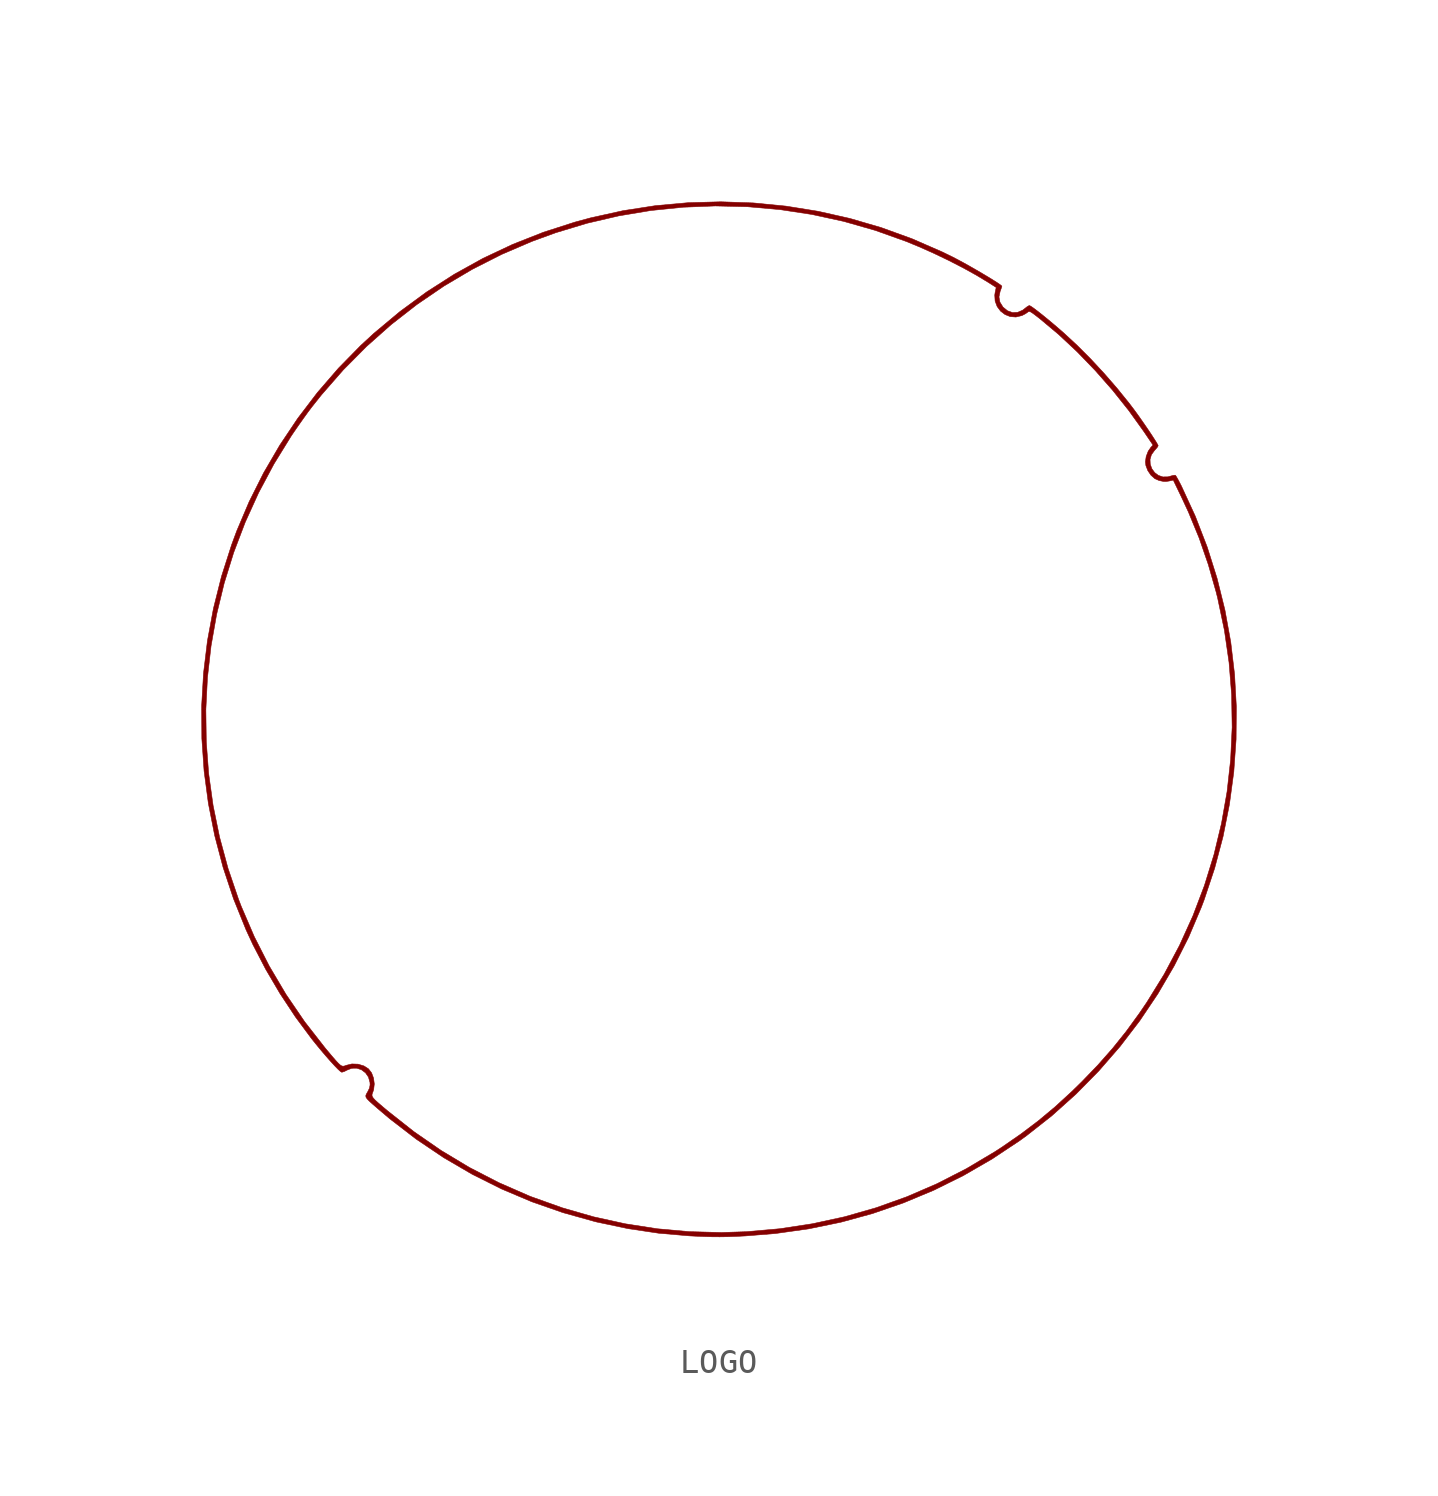
<source format=kicad_sym>
(kicad_symbol_lib
  (version 20220914)
  (generator "bitmap2component")
  (generator_version "8.0")
  (symbol "LOGO"
    (pin_names
      (offset 1.016))
    (property "Reference" "#G"
      (at 0 20.366 0)
      (effects (font (size 1.27 1.27)) hide))
    (symbol "LOGO_0_0"
      (polyline (pts (xy 0.343 -20.988) (xy 0.684 -20.976) (xy 1.078 -20.956) (xy 2.293 -20.858) (xy 3.63 -20.67) (xy 4.942 -20.4) (xy 6.228 -20.048) (xy 7.487 -19.614) (xy 8.715 -19.101) (xy 9.912 -18.508) (xy 11.076 -17.835) (xy 12.204 -17.085) (xy 12.465 -16.896) (xy 13.496 -16.084) (xy 14.476 -15.206) (xy 15.4 -14.268) (xy 16.264 -13.274) (xy 17.064 -12.229) (xy 17.798 -11.137) (xy 18.46 -10.004) (xy 19.049 -8.834) (xy 19.559 -7.631) (xy 19.675 -7.325) (xy 20.1 -6.049) (xy 20.442 -4.757) (xy 20.701 -3.452) (xy 20.877 -2.139) (xy 20.97 -0.821) (xy 20.981 0.499) (xy 20.909 1.816) (xy 20.754 3.126) (xy 20.518 4.427) (xy 20.199 5.713) (xy 19.799 6.982) (xy 19.317 8.229) (xy 18.754 9.452) (xy 18.684 9.589) (xy 18.604 9.739) (xy 18.543 9.845) (xy 18.509 9.891) (xy 18.495 9.895) (xy 18.413 9.886) (xy 18.298 9.854) (xy 18.208 9.829) (xy 18.001 9.825) (xy 17.818 9.887) (xy 17.666 10.002) (xy 17.554 10.157) (xy 17.489 10.338) (xy 17.48 10.531) (xy 17.535 10.723) (xy 17.663 10.901) (xy 17.71 10.951) (xy 17.782 11.037) (xy 17.81 11.091) (xy 17.798 11.121) (xy 17.744 11.217) (xy 17.653 11.361) (xy 17.535 11.544) (xy 17.396 11.751) (xy 17.245 11.972) (xy 17.09 12.194) (xy 16.94 12.405) (xy 16.802 12.592) (xy 16.627 12.822) (xy 16.143 13.42) (xy 15.619 14.023) (xy 15.074 14.61) (xy 14.526 15.159) (xy 13.995 15.651) (xy 13.796 15.825) (xy 13.556 16.03) (xy 13.321 16.226) (xy 13.104 16.403) (xy 12.912 16.554) (xy 12.756 16.672) (xy 12.645 16.748) (xy 12.589 16.775) (xy 12.571 16.771) (xy 12.493 16.726) (xy 12.394 16.648) (xy 12.316 16.588) (xy 12.112 16.5) (xy 11.902 16.491) (xy 11.699 16.563) (xy 11.518 16.712) (xy 11.514 16.717) (xy 11.392 16.914) (xy 11.354 17.124) (xy 11.401 17.35) (xy 11.421 17.403) (xy 11.457 17.506) (xy 11.471 17.56) (xy 11.466 17.569) (xy 11.405 17.619) (xy 11.284 17.702) (xy 11.113 17.811) (xy 10.903 17.94) (xy 10.667 18.081) (xy 10.413 18.229) (xy 10.155 18.377) (xy 9.902 18.518) (xy 9.665 18.645) (xy 9.457 18.753) (xy 9.055 18.949) (xy 7.833 19.482) (xy 6.584 19.935) (xy 5.311 20.307) (xy 4.019 20.598) (xy 2.712 20.808) (xy 1.394 20.937) (xy 0.071 20.983) (xy -1.255 20.946) (xy -2.577 20.826) (xy -3.893 20.622) (xy -5.196 20.334) (xy -5.85 20.157) (xy -7.129 19.745) (xy -8.37 19.255) (xy -9.571 18.689) (xy -10.734 18.045) (xy -11.859 17.324) (xy -12.945 16.526) (xy -13.994 15.65) (xy -14.524 15.161) (xy -15.434 14.233) (xy -16.288 13.245) (xy -17.082 12.203) (xy -17.811 11.114) (xy -18.47 9.985) (xy -19.054 8.821) (xy -19.559 7.631) (xy -19.767 7.069) (xy -20.177 5.787) (xy -20.503 4.489) (xy -20.746 3.179) (xy -20.905 1.862) (xy -20.981 0.54) (xy -20.98 0.388) (xy -20.81 0.388) (xy -20.745 1.684) (xy -20.599 2.972) (xy -20.373 4.251) (xy -20.067 5.514) (xy -19.681 6.759) (xy -19.216 7.982) (xy -18.672 9.179) (xy -18.05 10.347) (xy -17.351 11.48) (xy -17.251 11.629) (xy -17.06 11.906) (xy -16.86 12.189) (xy -16.671 12.451) (xy -16.509 12.666) (xy -16.123 13.151) (xy -15.237 14.165) (xy -14.294 15.115) (xy -13.298 16) (xy -12.249 16.818) (xy -11.152 17.566) (xy -10.008 18.243) (xy -8.819 18.847) (xy -7.59 19.375) (xy -6.625 19.727) (xy -5.354 20.111) (xy -4.067 20.411) (xy -2.768 20.628) (xy -1.46 20.762) (xy -0.149 20.814) (xy 1.163 20.782) (xy 2.471 20.666) (xy 3.772 20.468) (xy 5.061 20.187) (xy 6.335 19.823) (xy 7.59 19.375) (xy 8.1 19.165) (xy 8.708 18.895) (xy 9.313 18.605) (xy 9.897 18.305) (xy 10.437 18.006) (xy 10.914 17.718) (xy 11.241 17.509) (xy 11.197 17.297) (xy 11.183 17.198) (xy 11.198 16.954) (xy 11.281 16.734) (xy 11.418 16.55) (xy 11.599 16.411) (xy 11.81 16.327) (xy 12.041 16.309) (xy 12.279 16.367) (xy 12.301 16.376) (xy 12.424 16.44) (xy 12.513 16.501) (xy 12.533 16.518) (xy 12.576 16.535) (xy 12.633 16.519) (xy 12.722 16.463) (xy 12.859 16.36) (xy 13.018 16.236) (xy 13.774 15.602) (xy 14.525 14.899) (xy 15.258 14.14) (xy 15.961 13.341) (xy 16.621 12.513) (xy 17.225 11.671) (xy 17.601 11.117) (xy 17.514 11.024) (xy 17.407 10.869) (xy 17.324 10.655) (xy 17.293 10.436) (xy 17.312 10.284) (xy 17.391 10.079) (xy 17.517 9.895) (xy 17.674 9.755) (xy 17.846 9.679) (xy 17.936 9.66) (xy 18.036 9.64) (xy 18.044 9.639) (xy 18.142 9.641) (xy 18.267 9.661) (xy 18.423 9.696) (xy 18.759 8.999) (xy 19.036 8.403) (xy 19.471 7.348) (xy 19.842 6.274) (xy 20.162 5.151) (xy 20.223 4.907) (xy 20.496 3.605) (xy 20.685 2.296) (xy 20.789 0.983) (xy 20.81 -0.329) (xy 20.749 -1.636) (xy 20.605 -2.935) (xy 20.379 -4.222) (xy 20.073 -5.493) (xy 19.686 -6.745) (xy 19.22 -7.973) (xy 18.675 -9.174) (xy 18.052 -10.345) (xy 17.351 -11.48) (xy 17.046 -11.929) (xy 16.513 -12.662) (xy 15.959 -13.353) (xy 15.364 -14.027) (xy 14.708 -14.708) (xy 14.314 -15.093) (xy 13.64 -15.712) (xy 12.959 -16.281) (xy 12.247 -16.82) (xy 11.48 -17.351) (xy 11.183 -17.544) (xy 10.029 -18.23) (xy 8.843 -18.837) (xy 7.624 -19.364) (xy 6.376 -19.811) (xy 5.098 -20.177) (xy 3.793 -20.461) (xy 2.462 -20.664) (xy 1.106 -20.784) (xy 0.095 -20.817) (xy -1.204 -20.782) (xy -2.503 -20.665) (xy -3.798 -20.464) (xy -5.081 -20.182) (xy -6.347 -19.818) (xy -7.59 -19.375) (xy -7.707 -19.329) (xy -8.933 -18.793) (xy -10.12 -18.18) (xy -11.267 -17.491) (xy -12.372 -16.727) (xy -13.433 -15.889) (xy -13.647 -15.709) (xy -13.821 -15.559) (xy -13.943 -15.448) (xy -14.021 -15.364) (xy -14.062 -15.299) (xy -14.074 -15.243) (xy -14.063 -15.188) (xy -14.038 -15.123) (xy -14.005 -15.024) (xy -13.979 -14.793) (xy -14.009 -14.557) (xy -14.089 -14.343) (xy -14.216 -14.179) (xy -14.399 -14.062) (xy -14.636 -13.99) (xy -14.887 -13.981) (xy -15.123 -14.038) (xy -15.184 -14.062) (xy -15.24 -14.073) (xy -15.295 -14.064) (xy -15.359 -14.025) (xy -15.441 -13.95) (xy -15.55 -13.832) (xy -15.697 -13.662) (xy -15.889 -13.433) (xy -15.969 -13.338) (xy -16.8 -12.273) (xy -17.557 -11.164) (xy -18.239 -10.012) (xy -18.846 -8.82) (xy -19.375 -7.59) (xy -19.48 -7.317) (xy -19.908 -6.06) (xy -20.253 -4.787) (xy -20.516 -3.502) (xy -20.696 -2.209) (xy -20.793 -0.911) (xy -20.81 0.388) (xy -20.98 0.388) (xy -20.973 -0.783) (xy -20.882 -2.103) (xy -20.708 -3.417) (xy -20.451 -4.721) (xy -20.111 -6.011) (xy -19.688 -7.284) (xy -19.182 -8.537) (xy -18.903 -9.14) (xy -18.384 -10.14) (xy -17.804 -11.126) (xy -17.177 -12.075) (xy -16.518 -12.963) (xy -16.356 -13.165) (xy -16.148 -13.418) (xy -15.945 -13.656) (xy -15.757 -13.87) (xy -15.59 -14.053) (xy -15.453 -14.194) (xy -15.354 -14.285) (xy -15.3 -14.317) (xy -15.289 -14.316) (xy -15.196 -14.288) (xy -15.084 -14.231) (xy -14.893 -14.156) (xy -14.691 -14.153) (xy -14.5 -14.217) (xy -14.336 -14.34) (xy -14.216 -14.513) (xy -14.155 -14.729) (xy -14.15 -14.832) (xy -14.174 -14.962) (xy -14.246 -15.109) (xy -14.265 -15.14) (xy -14.306 -15.213) (xy -14.325 -15.273) (xy -14.315 -15.332) (xy -14.268 -15.401) (xy -14.179 -15.492) (xy -14.039 -15.618) (xy -13.843 -15.789) (xy -13.353 -16.204) (xy -12.282 -17.029) (xy -11.169 -17.779) (xy -10.015 -18.453) (xy -8.822 -19.05) (xy -7.593 -19.57) (xy -6.327 -20.012) (xy -5.028 -20.375) (xy -4.954 -20.393) (xy -3.69 -20.66) (xy -2.439 -20.847) (xy -1.208 -20.953) (xy -0.984 -20.965) (xy -0.607 -20.981) (xy -0.276 -20.991) (xy 0.032 -20.993) (xy 0.343 -20.988)) (stroke (width 0.01) (type default)) (fill (type outline))))))
</source>
